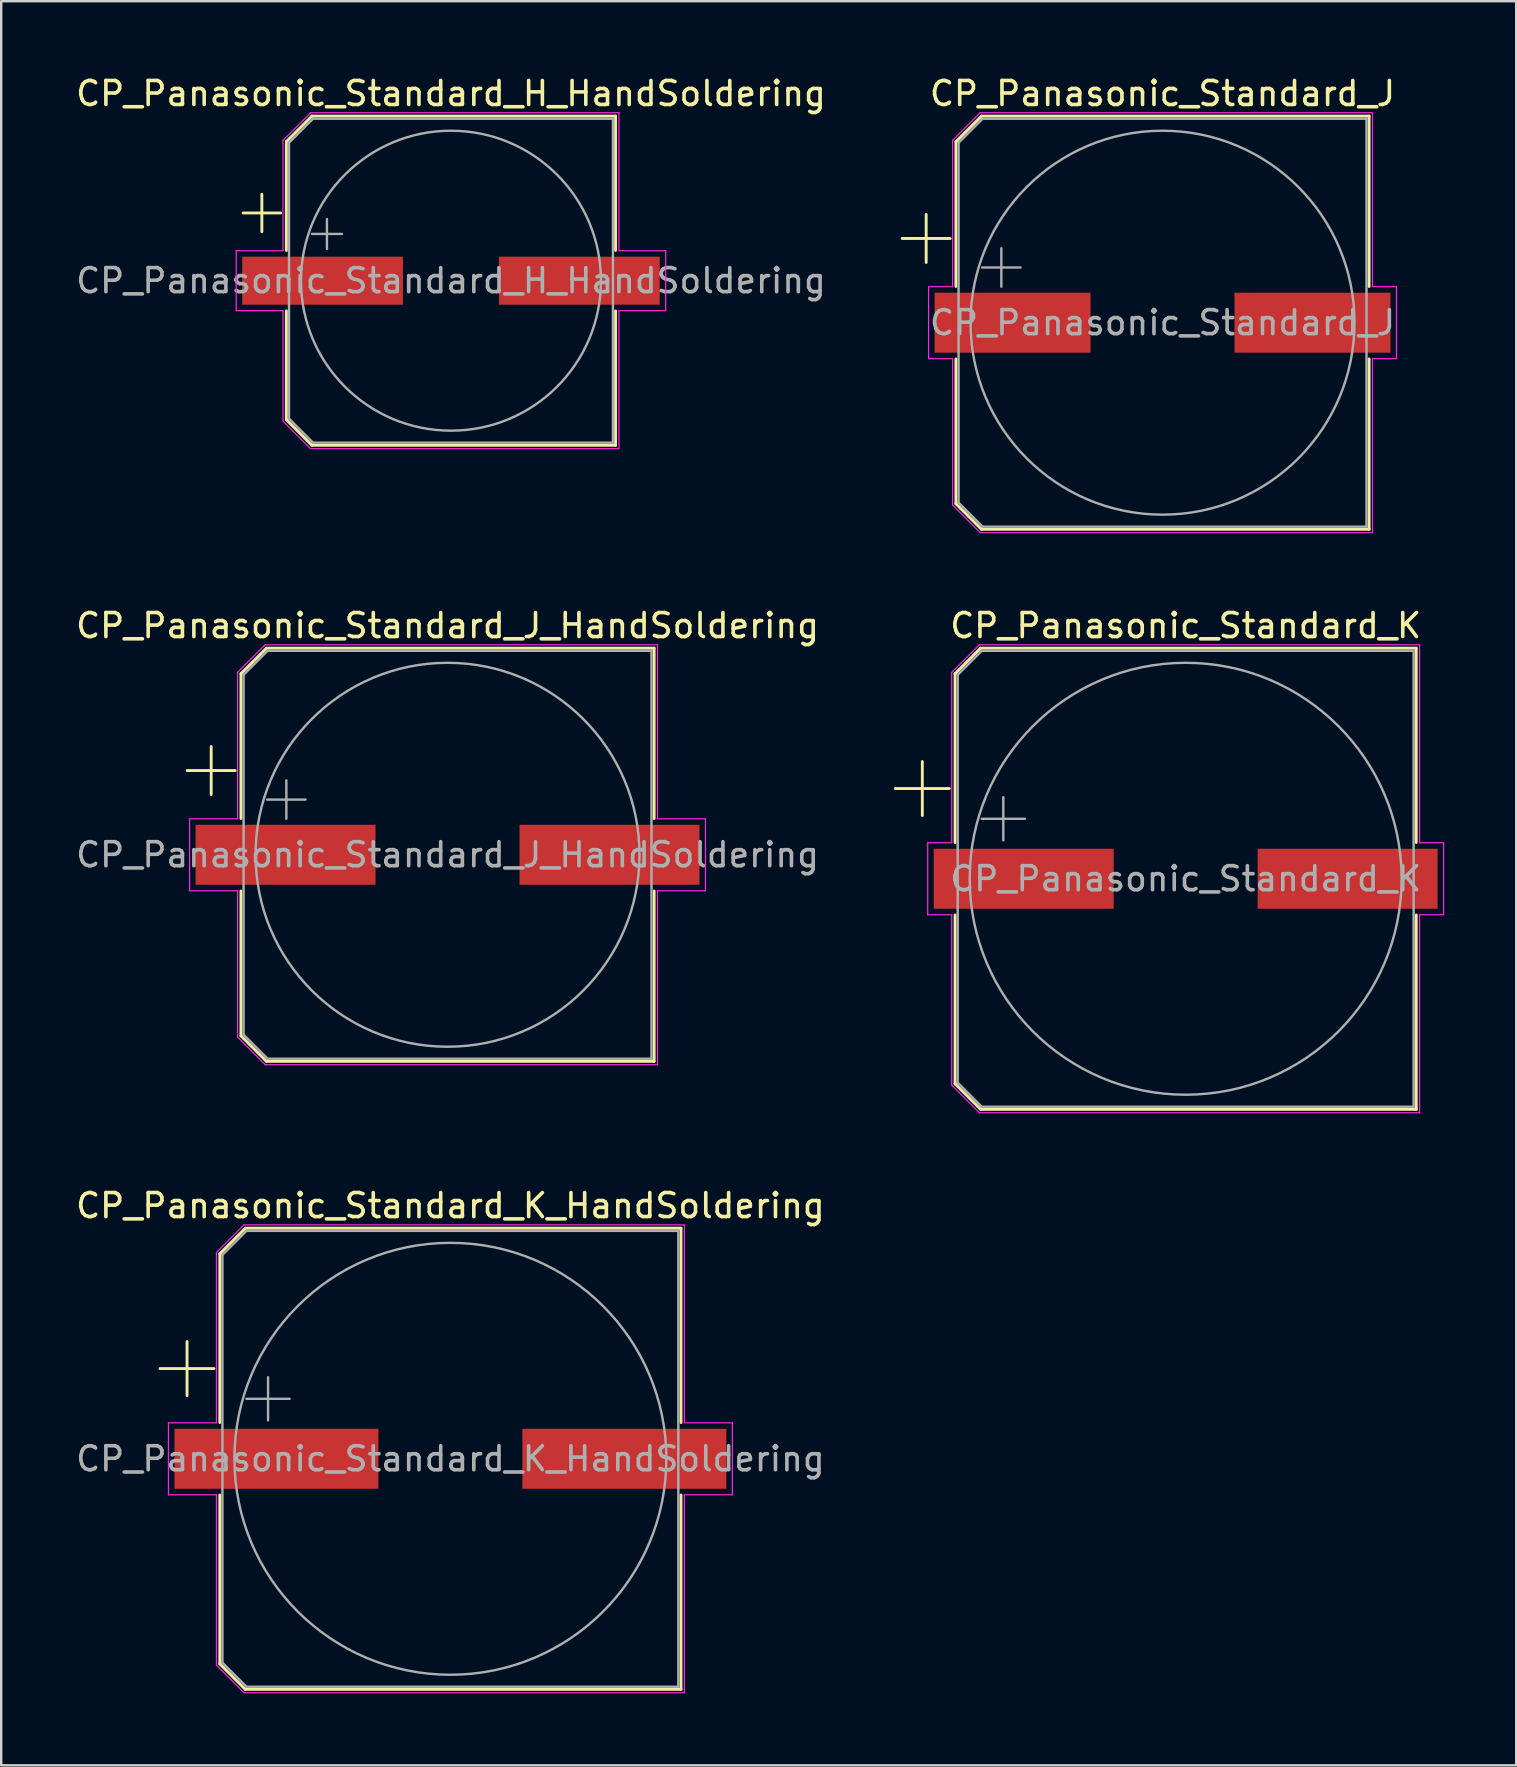
<source format=kicad_pcb>
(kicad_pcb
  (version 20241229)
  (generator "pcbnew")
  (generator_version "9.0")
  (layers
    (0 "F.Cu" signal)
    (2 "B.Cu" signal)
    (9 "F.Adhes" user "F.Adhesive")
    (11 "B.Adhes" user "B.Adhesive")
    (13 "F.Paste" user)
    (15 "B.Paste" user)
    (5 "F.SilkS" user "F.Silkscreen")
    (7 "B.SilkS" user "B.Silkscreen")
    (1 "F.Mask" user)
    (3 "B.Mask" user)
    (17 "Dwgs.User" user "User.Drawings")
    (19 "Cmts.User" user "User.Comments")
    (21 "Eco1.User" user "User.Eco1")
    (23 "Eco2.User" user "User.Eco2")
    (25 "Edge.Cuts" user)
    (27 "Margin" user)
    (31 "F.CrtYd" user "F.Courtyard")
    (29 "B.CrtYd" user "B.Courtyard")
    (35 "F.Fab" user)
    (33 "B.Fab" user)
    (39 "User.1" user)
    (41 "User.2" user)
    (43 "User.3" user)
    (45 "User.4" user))
  (footprint "CP_Panasonic_Standard_J_HandSoldering"
    (layer "F.Cu")
    (at 15.601 32.572)
    (property "Reference" "CP_Panasonic_Standard_J_HandSoldering" (at 0 -9.55 0) (layer "F.SilkS") (effects (font (size 1 1) (thickness 0.15))))
    (attr smd)
    (fp_line (start -10.85 -3.51) (end -8.85 -3.51) (stroke (width 0.12) (type solid)) (layer "F.SilkS"))
    (fp_line (start -9.85 -4.51) (end -9.85 -2.51) (stroke (width 0.12) (type solid)) (layer "F.SilkS"))
    (fp_line (start -8.61 -7.546) (end -8.61 -1.51) (stroke (width 0.12) (type solid)) (layer "F.SilkS"))
    (fp_line (start -8.61 -7.546) (end -7.546 -8.61) (stroke (width 0.12) (type solid)) (layer "F.SilkS"))
    (fp_line (start -8.61 7.546) (end -8.61 1.51) (stroke (width 0.12) (type solid)) (layer "F.SilkS"))
    (fp_line (start -8.61 7.546) (end -7.546 8.61) (stroke (width 0.12) (type solid)) (layer "F.SilkS"))
    (fp_line (start -7.546 -8.61) (end 8.61 -8.61) (stroke (width 0.12) (type solid)) (layer "F.SilkS"))
    (fp_line (start -7.546 8.61) (end 8.61 8.61) (stroke (width 0.12) (type solid)) (layer "F.SilkS"))
    (fp_line (start 8.61 -8.61) (end 8.61 -1.51) (stroke (width 0.12) (type solid)) (layer "F.SilkS"))
    (fp_line (start 8.61 8.61) (end 8.61 1.51) (stroke (width 0.12) (type solid)) (layer "F.SilkS"))
    (fp_line (start -10.75 -1.5) (end -10.75 1.5) (stroke (width 0.05) (type solid)) (layer "F.CrtYd"))
    (fp_line (start -10.75 1.5) (end -8.75 1.5) (stroke (width 0.05) (type solid)) (layer "F.CrtYd"))
    (fp_line (start -8.75 -7.6) (end -8.75 -1.5) (stroke (width 0.05) (type solid)) (layer "F.CrtYd"))
    (fp_line (start -8.75 -7.6) (end -7.6 -8.75) (stroke (width 0.05) (type solid)) (layer "F.CrtYd"))
    (fp_line (start -8.75 -1.5) (end -10.75 -1.5) (stroke (width 0.05) (type solid)) (layer "F.CrtYd"))
    (fp_line (start -8.75 1.5) (end -8.75 7.6) (stroke (width 0.05) (type solid)) (layer "F.CrtYd"))
    (fp_line (start -8.75 7.6) (end -7.6 8.75) (stroke (width 0.05) (type solid)) (layer "F.CrtYd"))
    (fp_line (start -7.6 -8.75) (end 8.75 -8.75) (stroke (width 0.05) (type solid)) (layer "F.CrtYd"))
    (fp_line (start -7.6 8.75) (end 8.75 8.75) (stroke (width 0.05) (type solid)) (layer "F.CrtYd"))
    (fp_line (start 8.75 -8.75) (end 8.75 -1.5) (stroke (width 0.05) (type solid)) (layer "F.CrtYd"))
    (fp_line (start 8.75 -1.5) (end 10.75 -1.5) (stroke (width 0.05) (type solid)) (layer "F.CrtYd"))
    (fp_line (start 8.75 1.5) (end 8.75 8.75) (stroke (width 0.05) (type solid)) (layer "F.CrtYd"))
    (fp_line (start 10.75 -1.5) (end 10.75 1.5) (stroke (width 0.05) (type solid)) (layer "F.CrtYd"))
    (fp_line (start 10.75 1.5) (end 8.75 1.5) (stroke (width 0.05) (type solid)) (layer "F.CrtYd"))
    (fp_line (start -8.5 -7.5) (end -8.5 7.5) (stroke (width 0.1) (type solid)) (layer "F.Fab"))
    (fp_line (start -8.5 -7.5) (end -7.5 -8.5) (stroke (width 0.1) (type solid)) (layer "F.Fab"))
    (fp_line (start -8.5 7.5) (end -7.5 8.5) (stroke (width 0.1) (type solid)) (layer "F.Fab"))
    (fp_line (start -7.517 -2.3) (end -5.917 -2.3) (stroke (width 0.1) (type solid)) (layer "F.Fab"))
    (fp_line (start -7.5 -8.5) (end 8.5 -8.5) (stroke (width 0.1) (type solid)) (layer "F.Fab"))
    (fp_line (start -7.5 8.5) (end 8.5 8.5) (stroke (width 0.1) (type solid)) (layer "F.Fab"))
    (fp_line (start -6.717 -3.1) (end -6.717 -1.5) (stroke (width 0.1) (type solid)) (layer "F.Fab"))
    (fp_line (start 8.5 -8.5) (end 8.5 8.5) (stroke (width 0.1) (type solid)) (layer "F.Fab"))
    (fp_circle (center 0 0) (end 8 0) (stroke (width 0.1) (type solid)) (fill no) (layer "F.Fab"))
    (fp_text user "${REFERENCE}" (at 0 0 0) (layer "F.Fab") (effects (font (size 1 1) (thickness 0.15))))
    (pad "1" smd rect (at -6.75 0) (size 7.5 2.5) (layers "F.Cu" "F.Mask" "F.Paste"))
    (pad "2" smd rect (at 6.75 0) (size 7.5 2.5) (layers "F.Cu" "F.Mask" "F.Paste")))
  (footprint "CP_Panasonic_Standard_J"
    (layer "F.Cu")
    (at 45.398 10.398)
    (property "Reference" "CP_Panasonic_Standard_J" (at 0 -9.55 0) (layer "F.SilkS") (effects (font (size 1 1) (thickness 0.15))))
    (attr smd)
    (fp_line (start -10.85 -3.51) (end -8.85 -3.51) (stroke (width 0.12) (type solid)) (layer "F.SilkS"))
    (fp_line (start -9.85 -4.51) (end -9.85 -2.51) (stroke (width 0.12) (type solid)) (layer "F.SilkS"))
    (fp_line (start -8.61 -7.546) (end -8.61 -1.51) (stroke (width 0.12) (type solid)) (layer "F.SilkS"))
    (fp_line (start -8.61 -7.546) (end -7.546 -8.61) (stroke (width 0.12) (type solid)) (layer "F.SilkS"))
    (fp_line (start -8.61 7.546) (end -8.61 1.51) (stroke (width 0.12) (type solid)) (layer "F.SilkS"))
    (fp_line (start -8.61 7.546) (end -7.546 8.61) (stroke (width 0.12) (type solid)) (layer "F.SilkS"))
    (fp_line (start -7.546 -8.61) (end 8.61 -8.61) (stroke (width 0.12) (type solid)) (layer "F.SilkS"))
    (fp_line (start -7.546 8.61) (end 8.61 8.61) (stroke (width 0.12) (type solid)) (layer "F.SilkS"))
    (fp_line (start 8.61 -8.61) (end 8.61 -1.51) (stroke (width 0.12) (type solid)) (layer "F.SilkS"))
    (fp_line (start 8.61 8.61) (end 8.61 1.51) (stroke (width 0.12) (type solid)) (layer "F.SilkS"))
    (fp_line (start -9.75 -1.5) (end -9.75 1.5) (stroke (width 0.05) (type solid)) (layer "F.CrtYd"))
    (fp_line (start -9.75 1.5) (end -8.75 1.5) (stroke (width 0.05) (type solid)) (layer "F.CrtYd"))
    (fp_line (start -8.75 -7.6) (end -8.75 -1.5) (stroke (width 0.05) (type solid)) (layer "F.CrtYd"))
    (fp_line (start -8.75 -7.6) (end -7.6 -8.75) (stroke (width 0.05) (type solid)) (layer "F.CrtYd"))
    (fp_line (start -8.75 -1.5) (end -9.75 -1.5) (stroke (width 0.05) (type solid)) (layer "F.CrtYd"))
    (fp_line (start -8.75 1.5) (end -8.75 7.6) (stroke (width 0.05) (type solid)) (layer "F.CrtYd"))
    (fp_line (start -8.75 7.6) (end -7.6 8.75) (stroke (width 0.05) (type solid)) (layer "F.CrtYd"))
    (fp_line (start -7.6 -8.75) (end 8.75 -8.75) (stroke (width 0.05) (type solid)) (layer "F.CrtYd"))
    (fp_line (start -7.6 8.75) (end 8.75 8.75) (stroke (width 0.05) (type solid)) (layer "F.CrtYd"))
    (fp_line (start 8.75 -8.75) (end 8.75 -1.5) (stroke (width 0.05) (type solid)) (layer "F.CrtYd"))
    (fp_line (start 8.75 -1.5) (end 9.75 -1.5) (stroke (width 0.05) (type solid)) (layer "F.CrtYd"))
    (fp_line (start 8.75 1.5) (end 8.75 8.75) (stroke (width 0.05) (type solid)) (layer "F.CrtYd"))
    (fp_line (start 9.75 -1.5) (end 9.75 1.5) (stroke (width 0.05) (type solid)) (layer "F.CrtYd"))
    (fp_line (start 9.75 1.5) (end 8.75 1.5) (stroke (width 0.05) (type solid)) (layer "F.CrtYd"))
    (fp_line (start -8.5 -7.5) (end -8.5 7.5) (stroke (width 0.1) (type solid)) (layer "F.Fab"))
    (fp_line (start -8.5 -7.5) (end -7.5 -8.5) (stroke (width 0.1) (type solid)) (layer "F.Fab"))
    (fp_line (start -8.5 7.5) (end -7.5 8.5) (stroke (width 0.1) (type solid)) (layer "F.Fab"))
    (fp_line (start -7.517 -2.3) (end -5.917 -2.3) (stroke (width 0.1) (type solid)) (layer "F.Fab"))
    (fp_line (start -7.5 -8.5) (end 8.5 -8.5) (stroke (width 0.1) (type solid)) (layer "F.Fab"))
    (fp_line (start -7.5 8.5) (end 8.5 8.5) (stroke (width 0.1) (type solid)) (layer "F.Fab"))
    (fp_line (start -6.717 -3.1) (end -6.717 -1.5) (stroke (width 0.1) (type solid)) (layer "F.Fab"))
    (fp_line (start 8.5 -8.5) (end 8.5 8.5) (stroke (width 0.1) (type solid)) (layer "F.Fab"))
    (fp_circle (center 0 0) (end 8 0) (stroke (width 0.1) (type solid)) (fill no) (layer "F.Fab"))
    (fp_text user "${REFERENCE}" (at 0 0 0) (layer "F.Fab") (effects (font (size 1 1) (thickness 0.15))))
    (pad "1" smd rect (at -6.25 0) (size 6.5 2.5) (layers "F.Cu" "F.Mask" "F.Paste"))
    (pad "2" smd rect (at 6.25 0) (size 6.5 2.5) (layers "F.Cu" "F.Mask" "F.Paste")))
  (footprint "CP_Panasonic_Standard_K_HandSoldering"
    (layer "F.Cu")
    (at 15.72 57.745)
    (property "Reference" "CP_Panasonic_Standard_K_HandSoldering" (at 0 -10.55 0) (layer "F.SilkS") (effects (font (size 1 1) (thickness 0.15))))
    (attr smd)
    (fp_line (start -12.1 -3.76) (end -9.85 -3.76) (stroke (width 0.12) (type solid)) (layer "F.SilkS"))
    (fp_line (start -10.975 -4.885) (end -10.975 -2.635) (stroke (width 0.12) (type solid)) (layer "F.SilkS"))
    (fp_line (start -9.61 -8.546) (end -9.61 -1.51) (stroke (width 0.12) (type solid)) (layer "F.SilkS"))
    (fp_line (start -9.61 -8.546) (end -8.546 -9.61) (stroke (width 0.12) (type solid)) (layer "F.SilkS"))
    (fp_line (start -9.61 8.546) (end -9.61 1.51) (stroke (width 0.12) (type solid)) (layer "F.SilkS"))
    (fp_line (start -9.61 8.546) (end -8.546 9.61) (stroke (width 0.12) (type solid)) (layer "F.SilkS"))
    (fp_line (start -8.546 -9.61) (end 9.61 -9.61) (stroke (width 0.12) (type solid)) (layer "F.SilkS"))
    (fp_line (start -8.546 9.61) (end 9.61 9.61) (stroke (width 0.12) (type solid)) (layer "F.SilkS"))
    (fp_line (start 9.61 -9.61) (end 9.61 -1.51) (stroke (width 0.12) (type solid)) (layer "F.SilkS"))
    (fp_line (start 9.61 9.61) (end 9.61 1.51) (stroke (width 0.12) (type solid)) (layer "F.SilkS"))
    (fp_line (start -11.75 -1.5) (end -11.75 1.5) (stroke (width 0.05) (type solid)) (layer "F.CrtYd"))
    (fp_line (start -11.75 1.5) (end -9.75 1.5) (stroke (width 0.05) (type solid)) (layer "F.CrtYd"))
    (fp_line (start -9.75 -8.6) (end -9.75 -1.5) (stroke (width 0.05) (type solid)) (layer "F.CrtYd"))
    (fp_line (start -9.75 -8.6) (end -8.6 -9.75) (stroke (width 0.05) (type solid)) (layer "F.CrtYd"))
    (fp_line (start -9.75 -1.5) (end -11.75 -1.5) (stroke (width 0.05) (type solid)) (layer "F.CrtYd"))
    (fp_line (start -9.75 1.5) (end -9.75 8.6) (stroke (width 0.05) (type solid)) (layer "F.CrtYd"))
    (fp_line (start -9.75 8.6) (end -8.6 9.75) (stroke (width 0.05) (type solid)) (layer "F.CrtYd"))
    (fp_line (start -8.6 -9.75) (end 9.75 -9.75) (stroke (width 0.05) (type solid)) (layer "F.CrtYd"))
    (fp_line (start -8.6 9.75) (end 9.75 9.75) (stroke (width 0.05) (type solid)) (layer "F.CrtYd"))
    (fp_line (start 9.75 -9.75) (end 9.75 -1.5) (stroke (width 0.05) (type solid)) (layer "F.CrtYd"))
    (fp_line (start 9.75 -1.5) (end 11.75 -1.5) (stroke (width 0.05) (type solid)) (layer "F.CrtYd"))
    (fp_line (start 9.75 1.5) (end 9.75 9.75) (stroke (width 0.05) (type solid)) (layer "F.CrtYd"))
    (fp_line (start 11.75 -1.5) (end 11.75 1.5) (stroke (width 0.05) (type solid)) (layer "F.CrtYd"))
    (fp_line (start 11.75 1.5) (end 9.75 1.5) (stroke (width 0.05) (type solid)) (layer "F.CrtYd"))
    (fp_line (start -9.5 -8.5) (end -9.5 8.5) (stroke (width 0.1) (type solid)) (layer "F.Fab"))
    (fp_line (start -9.5 -8.5) (end -8.5 -9.5) (stroke (width 0.1) (type solid)) (layer "F.Fab"))
    (fp_line (start -9.5 8.5) (end -8.5 9.5) (stroke (width 0.1) (type solid)) (layer "F.Fab"))
    (fp_line (start -8.5 -9.5) (end 9.5 -9.5) (stroke (width 0.1) (type solid)) (layer "F.Fab"))
    (fp_line (start -8.5 9.5) (end 9.5 9.5) (stroke (width 0.1) (type solid)) (layer "F.Fab"))
    (fp_line (start -8.499 -2.5) (end -6.699 -2.5) (stroke (width 0.1) (type solid)) (layer "F.Fab"))
    (fp_line (start -7.599 -3.4) (end -7.599 -1.6) (stroke (width 0.1) (type solid)) (layer "F.Fab"))
    (fp_line (start 9.5 -9.5) (end 9.5 9.5) (stroke (width 0.1) (type solid)) (layer "F.Fab"))
    (fp_circle (center 0 0) (end 9 0) (stroke (width 0.1) (type solid)) (fill no) (layer "F.Fab"))
    (fp_text user "${REFERENCE}" (at 0 0 0) (layer "F.Fab") (effects (font (size 1 1) (thickness 0.15))))
    (pad "1" smd rect (at -7.25 0) (size 8.5 2.5) (layers "F.Cu" "F.Mask" "F.Paste"))
    (pad "2" smd rect (at 7.25 0) (size 8.5 2.5) (layers "F.Cu" "F.Mask" "F.Paste")))
  (footprint "CP_Panasonic_Standard_H_HandSoldering"
    (layer "F.Cu")
    (at 15.744 8.648)
    (property "Reference" "CP_Panasonic_Standard_H_HandSoldering" (at 0 -7.8 0) (layer "F.SilkS") (effects (font (size 1 1) (thickness 0.15))))
    (attr smd)
    (fp_line (start -8.662 -2.822) (end -7.1 -2.822) (stroke (width 0.12) (type solid)) (layer "F.SilkS"))
    (fp_line (start -7.881 -3.604) (end -7.881 -2.041) (stroke (width 0.12) (type solid)) (layer "F.SilkS"))
    (fp_line (start -6.86 -5.796) (end -6.86 -1.26) (stroke (width 0.12) (type solid)) (layer "F.SilkS"))
    (fp_line (start -6.86 -5.796) (end -5.796 -6.86) (stroke (width 0.12) (type solid)) (layer "F.SilkS"))
    (fp_line (start -6.86 5.796) (end -6.86 1.26) (stroke (width 0.12) (type solid)) (layer "F.SilkS"))
    (fp_line (start -6.86 5.796) (end -5.796 6.86) (stroke (width 0.12) (type solid)) (layer "F.SilkS"))
    (fp_line (start -5.796 -6.86) (end 6.86 -6.86) (stroke (width 0.12) (type solid)) (layer "F.SilkS"))
    (fp_line (start -5.796 6.86) (end 6.86 6.86) (stroke (width 0.12) (type solid)) (layer "F.SilkS"))
    (fp_line (start 6.86 -6.86) (end 6.86 -1.26) (stroke (width 0.12) (type solid)) (layer "F.SilkS"))
    (fp_line (start 6.86 6.86) (end 6.86 1.26) (stroke (width 0.12) (type solid)) (layer "F.SilkS"))
    (fp_line (start -8.95 -1.25) (end -8.95 1.25) (stroke (width 0.05) (type solid)) (layer "F.CrtYd"))
    (fp_line (start -8.95 1.25) (end -7 1.25) (stroke (width 0.05) (type solid)) (layer "F.CrtYd"))
    (fp_line (start -7 -5.85) (end -7 -1.25) (stroke (width 0.05) (type solid)) (layer "F.CrtYd"))
    (fp_line (start -7 -5.85) (end -5.85 -7) (stroke (width 0.05) (type solid)) (layer "F.CrtYd"))
    (fp_line (start -7 -1.25) (end -8.95 -1.25) (stroke (width 0.05) (type solid)) (layer "F.CrtYd"))
    (fp_line (start -7 1.25) (end -7 5.85) (stroke (width 0.05) (type solid)) (layer "F.CrtYd"))
    (fp_line (start -7 5.85) (end -5.85 7) (stroke (width 0.05) (type solid)) (layer "F.CrtYd"))
    (fp_line (start -5.85 -7) (end 7 -7) (stroke (width 0.05) (type solid)) (layer "F.CrtYd"))
    (fp_line (start -5.85 7) (end 7 7) (stroke (width 0.05) (type solid)) (layer "F.CrtYd"))
    (fp_line (start 7 -7) (end 7 -1.25) (stroke (width 0.05) (type solid)) (layer "F.CrtYd"))
    (fp_line (start 7 -1.25) (end 8.95 -1.25) (stroke (width 0.05) (type solid)) (layer "F.CrtYd"))
    (fp_line (start 7 1.25) (end 7 7) (stroke (width 0.05) (type solid)) (layer "F.CrtYd"))
    (fp_line (start 8.95 -1.25) (end 8.95 1.25) (stroke (width 0.05) (type solid)) (layer "F.CrtYd"))
    (fp_line (start 8.95 1.25) (end 7 1.25) (stroke (width 0.05) (type solid)) (layer "F.CrtYd"))
    (fp_line (start -6.75 -5.75) (end -6.75 5.75) (stroke (width 0.1) (type solid)) (layer "F.Fab"))
    (fp_line (start -6.75 -5.75) (end -5.75 -6.75) (stroke (width 0.1) (type solid)) (layer "F.Fab"))
    (fp_line (start -6.75 5.75) (end -5.75 6.75) (stroke (width 0.1) (type solid)) (layer "F.Fab"))
    (fp_line (start -5.794 -1.95) (end -4.544 -1.95) (stroke (width 0.1) (type solid)) (layer "F.Fab"))
    (fp_line (start -5.75 -6.75) (end 6.75 -6.75) (stroke (width 0.1) (type solid)) (layer "F.Fab"))
    (fp_line (start -5.75 6.75) (end 6.75 6.75) (stroke (width 0.1) (type solid)) (layer "F.Fab"))
    (fp_line (start -5.169 -2.575) (end -5.169 -1.325) (stroke (width 0.1) (type solid)) (layer "F.Fab"))
    (fp_line (start 6.75 -6.75) (end 6.75 6.75) (stroke (width 0.1) (type solid)) (layer "F.Fab"))
    (fp_circle (center 0 0) (end 6.25 0) (stroke (width 0.1) (type solid)) (fill no) (layer "F.Fab"))
    (fp_text user "${REFERENCE}" (at 0 0 0) (layer "F.Fab") (effects (font (size 1 1) (thickness 0.15))))
    (pad "1" smd rect (at -5.35 0) (size 6.7 2) (layers "F.Cu" "F.Mask" "F.Paste"))
    (pad "2" smd rect (at 5.35 0) (size 6.7 2) (layers "F.Cu" "F.Mask" "F.Paste")))
  (footprint "CP_Panasonic_Standard_K"
    (layer "F.Cu")
    (at 46.362 33.572)
    (property "Reference" "CP_Panasonic_Standard_K" (at 0 -10.55 0) (layer "F.SilkS") (effects (font (size 1 1) (thickness 0.15))))
    (attr smd)
    (fp_line (start -12.1 -3.76) (end -9.85 -3.76) (stroke (width 0.12) (type solid)) (layer "F.SilkS"))
    (fp_line (start -10.975 -4.885) (end -10.975 -2.635) (stroke (width 0.12) (type solid)) (layer "F.SilkS"))
    (fp_line (start -9.61 -8.546) (end -9.61 -1.51) (stroke (width 0.12) (type solid)) (layer "F.SilkS"))
    (fp_line (start -9.61 -8.546) (end -8.546 -9.61) (stroke (width 0.12) (type solid)) (layer "F.SilkS"))
    (fp_line (start -9.61 8.546) (end -9.61 1.51) (stroke (width 0.12) (type solid)) (layer "F.SilkS"))
    (fp_line (start -9.61 8.546) (end -8.546 9.61) (stroke (width 0.12) (type solid)) (layer "F.SilkS"))
    (fp_line (start -8.546 -9.61) (end 9.61 -9.61) (stroke (width 0.12) (type solid)) (layer "F.SilkS"))
    (fp_line (start -8.546 9.61) (end 9.61 9.61) (stroke (width 0.12) (type solid)) (layer "F.SilkS"))
    (fp_line (start 9.61 -9.61) (end 9.61 -1.51) (stroke (width 0.12) (type solid)) (layer "F.SilkS"))
    (fp_line (start 9.61 9.61) (end 9.61 1.51) (stroke (width 0.12) (type solid)) (layer "F.SilkS"))
    (fp_line (start -10.75 -1.5) (end -10.75 1.5) (stroke (width 0.05) (type solid)) (layer "F.CrtYd"))
    (fp_line (start -10.75 1.5) (end -9.75 1.5) (stroke (width 0.05) (type solid)) (layer "F.CrtYd"))
    (fp_line (start -9.75 -8.6) (end -9.75 -1.5) (stroke (width 0.05) (type solid)) (layer "F.CrtYd"))
    (fp_line (start -9.75 -8.6) (end -8.6 -9.75) (stroke (width 0.05) (type solid)) (layer "F.CrtYd"))
    (fp_line (start -9.75 -1.5) (end -10.75 -1.5) (stroke (width 0.05) (type solid)) (layer "F.CrtYd"))
    (fp_line (start -9.75 1.5) (end -9.75 8.6) (stroke (width 0.05) (type solid)) (layer "F.CrtYd"))
    (fp_line (start -9.75 8.6) (end -8.6 9.75) (stroke (width 0.05) (type solid)) (layer "F.CrtYd"))
    (fp_line (start -8.6 -9.75) (end 9.75 -9.75) (stroke (width 0.05) (type solid)) (layer "F.CrtYd"))
    (fp_line (start -8.6 9.75) (end 9.75 9.75) (stroke (width 0.05) (type solid)) (layer "F.CrtYd"))
    (fp_line (start 9.75 -9.75) (end 9.75 -1.5) (stroke (width 0.05) (type solid)) (layer "F.CrtYd"))
    (fp_line (start 9.75 -1.5) (end 10.75 -1.5) (stroke (width 0.05) (type solid)) (layer "F.CrtYd"))
    (fp_line (start 9.75 1.5) (end 9.75 9.75) (stroke (width 0.05) (type solid)) (layer "F.CrtYd"))
    (fp_line (start 10.75 -1.5) (end 10.75 1.5) (stroke (width 0.05) (type solid)) (layer "F.CrtYd"))
    (fp_line (start 10.75 1.5) (end 9.75 1.5) (stroke (width 0.05) (type solid)) (layer "F.CrtYd"))
    (fp_line (start -9.5 -8.5) (end -9.5 8.5) (stroke (width 0.1) (type solid)) (layer "F.Fab"))
    (fp_line (start -9.5 -8.5) (end -8.5 -9.5) (stroke (width 0.1) (type solid)) (layer "F.Fab"))
    (fp_line (start -9.5 8.5) (end -8.5 9.5) (stroke (width 0.1) (type solid)) (layer "F.Fab"))
    (fp_line (start -8.5 -9.5) (end 9.5 -9.5) (stroke (width 0.1) (type solid)) (layer "F.Fab"))
    (fp_line (start -8.5 9.5) (end 9.5 9.5) (stroke (width 0.1) (type solid)) (layer "F.Fab"))
    (fp_line (start -8.499 -2.5) (end -6.699 -2.5) (stroke (width 0.1) (type solid)) (layer "F.Fab"))
    (fp_line (start -7.599 -3.4) (end -7.599 -1.6) (stroke (width 0.1) (type solid)) (layer "F.Fab"))
    (fp_line (start 9.5 -9.5) (end 9.5 9.5) (stroke (width 0.1) (type solid)) (layer "F.Fab"))
    (fp_circle (center 0 0) (end 9 0) (stroke (width 0.1) (type solid)) (fill no) (layer "F.Fab"))
    (fp_text user "${REFERENCE}" (at 0 0 0) (layer "F.Fab") (effects (font (size 1 1) (thickness 0.15))))
    (pad "1" smd rect (at -6.75 0) (size 7.5 2.5) (layers "F.Cu" "F.Mask" "F.Paste"))
    (pad "2" smd rect (at 6.75 0) (size 7.5 2.5) (layers "F.Cu" "F.Mask" "F.Paste")))
  (gr_rect
    (start -3 -3)
    (end 60.137 70.52)
    (stroke (width 0.1) (type default))
    (fill no)
    (layer "Edge.Cuts")))
</source>
